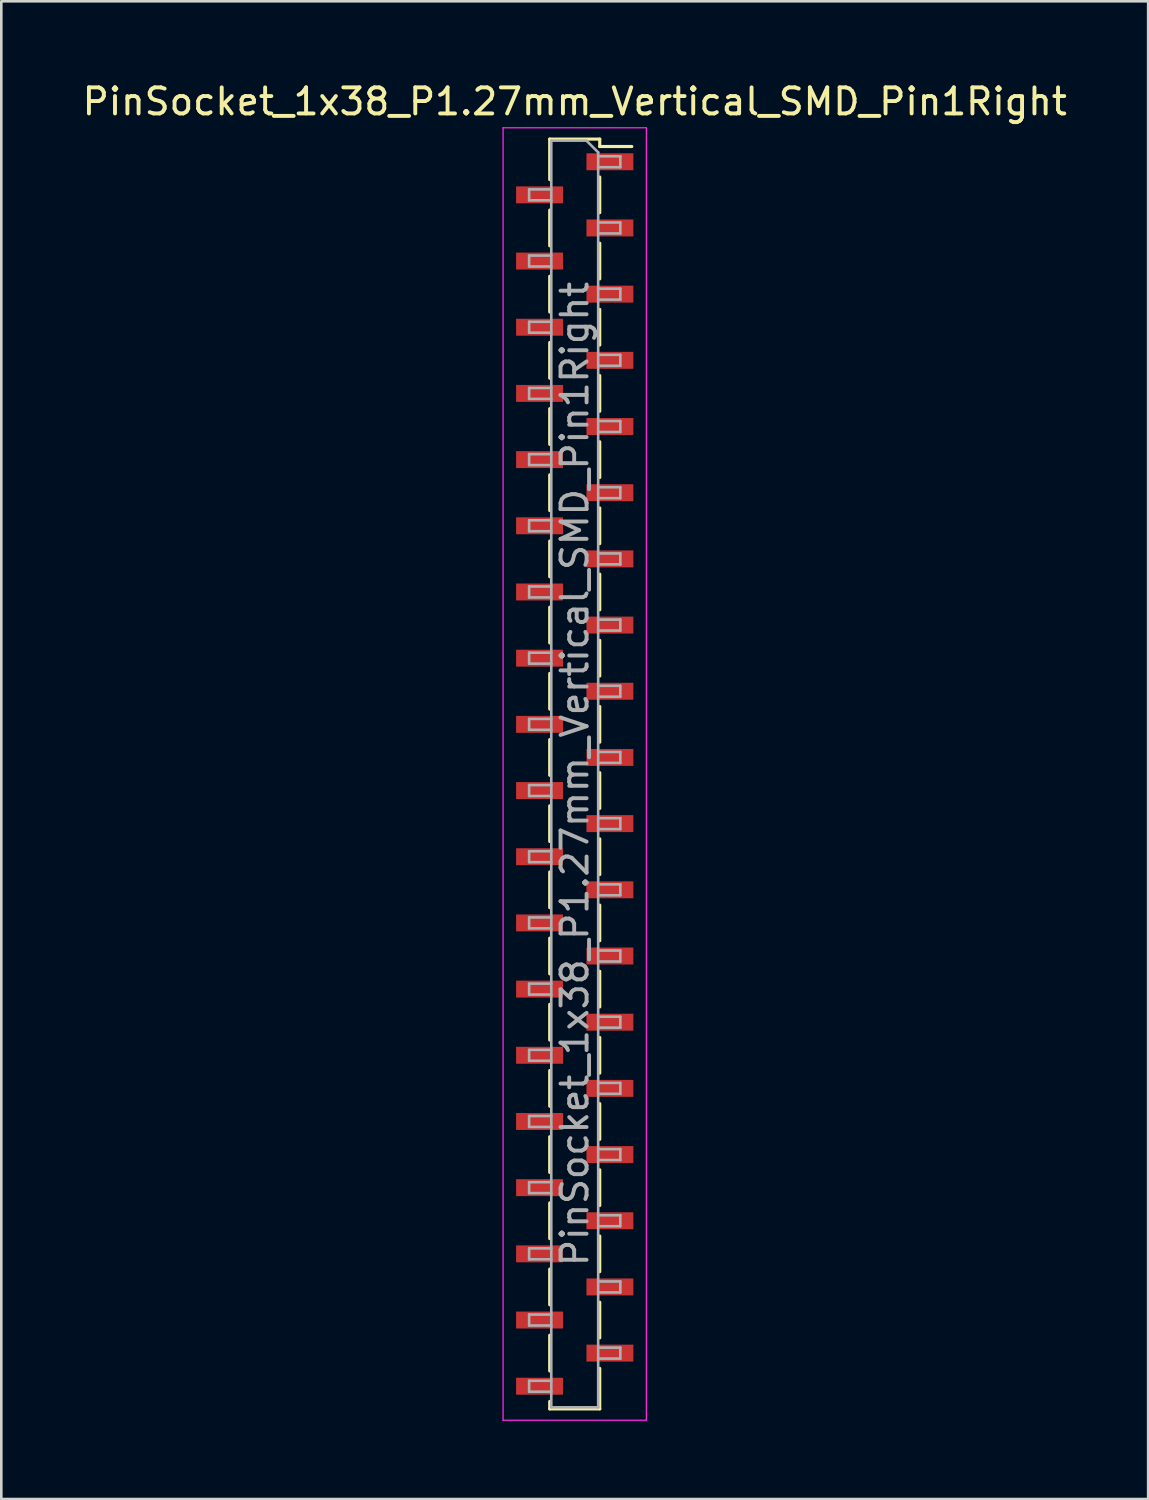
<source format=kicad_pcb>
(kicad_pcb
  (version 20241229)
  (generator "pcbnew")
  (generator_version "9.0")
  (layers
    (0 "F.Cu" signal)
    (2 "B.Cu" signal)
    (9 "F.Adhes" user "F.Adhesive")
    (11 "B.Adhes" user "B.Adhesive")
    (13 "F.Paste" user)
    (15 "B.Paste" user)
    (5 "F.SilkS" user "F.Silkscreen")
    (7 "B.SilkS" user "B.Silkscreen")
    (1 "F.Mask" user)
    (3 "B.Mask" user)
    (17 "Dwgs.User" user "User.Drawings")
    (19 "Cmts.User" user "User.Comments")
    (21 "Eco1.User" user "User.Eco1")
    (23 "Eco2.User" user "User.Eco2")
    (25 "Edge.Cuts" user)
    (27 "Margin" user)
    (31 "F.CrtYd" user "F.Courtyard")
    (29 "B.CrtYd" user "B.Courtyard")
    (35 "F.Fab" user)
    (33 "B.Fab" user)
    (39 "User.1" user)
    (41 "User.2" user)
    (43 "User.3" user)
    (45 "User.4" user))
  (footprint "PinSocket_1x38_P1.27mm_Vertical_SMD_Pin1Right"
    (layer "F.Cu")
    (at 19.006 26.653)
    (property "Reference" "PinSocket_1x38_P1.27mm_Vertical_SMD_Pin1Right" (at 0 -25.805 0) (layer "F.SilkS") (effects (font (size 1 1) (thickness 0.15))))
    (attr smd)
    (fp_line (start -0.96 -24.365) (end -0.96 -22.81) (stroke (width 0.12) (type solid)) (layer "F.SilkS"))
    (fp_line (start -0.96 -24.365) (end 0.96 -24.365) (stroke (width 0.12) (type solid)) (layer "F.SilkS"))
    (fp_line (start -0.96 -21.64) (end -0.96 -20.27) (stroke (width 0.12) (type solid)) (layer "F.SilkS"))
    (fp_line (start -0.96 -19.1) (end -0.96 -17.73) (stroke (width 0.12) (type solid)) (layer "F.SilkS"))
    (fp_line (start -0.96 -16.56) (end -0.96 -15.19) (stroke (width 0.12) (type solid)) (layer "F.SilkS"))
    (fp_line (start -0.96 -14.02) (end -0.96 -12.65) (stroke (width 0.12) (type solid)) (layer "F.SilkS"))
    (fp_line (start -0.96 -11.48) (end -0.96 -10.11) (stroke (width 0.12) (type solid)) (layer "F.SilkS"))
    (fp_line (start -0.96 -8.94) (end -0.96 -7.57) (stroke (width 0.12) (type solid)) (layer "F.SilkS"))
    (fp_line (start -0.96 -6.4) (end -0.96 -5.03) (stroke (width 0.12) (type solid)) (layer "F.SilkS"))
    (fp_line (start -0.96 -3.86) (end -0.96 -2.49) (stroke (width 0.12) (type solid)) (layer "F.SilkS"))
    (fp_line (start -0.96 -1.32) (end -0.96 0.05) (stroke (width 0.12) (type solid)) (layer "F.SilkS"))
    (fp_line (start -0.96 1.22) (end -0.96 2.59) (stroke (width 0.12) (type solid)) (layer "F.SilkS"))
    (fp_line (start -0.96 3.76) (end -0.96 5.13) (stroke (width 0.12) (type solid)) (layer "F.SilkS"))
    (fp_line (start -0.96 6.3) (end -0.96 7.67) (stroke (width 0.12) (type solid)) (layer "F.SilkS"))
    (fp_line (start -0.96 8.84) (end -0.96 10.21) (stroke (width 0.12) (type solid)) (layer "F.SilkS"))
    (fp_line (start -0.96 11.38) (end -0.96 12.75) (stroke (width 0.12) (type solid)) (layer "F.SilkS"))
    (fp_line (start -0.96 13.92) (end -0.96 15.29) (stroke (width 0.12) (type solid)) (layer "F.SilkS"))
    (fp_line (start -0.96 16.46) (end -0.96 17.83) (stroke (width 0.12) (type solid)) (layer "F.SilkS"))
    (fp_line (start -0.96 19) (end -0.96 20.37) (stroke (width 0.12) (type solid)) (layer "F.SilkS"))
    (fp_line (start -0.96 21.54) (end -0.96 22.91) (stroke (width 0.12) (type solid)) (layer "F.SilkS"))
    (fp_line (start -0.96 24.08) (end -0.96 24.365) (stroke (width 0.12) (type solid)) (layer "F.SilkS"))
    (fp_line (start -0.96 24.365) (end 0.96 24.365) (stroke (width 0.12) (type solid)) (layer "F.SilkS"))
    (fp_line (start 0.96 -24.365) (end 0.96 -24.08) (stroke (width 0.12) (type solid)) (layer "F.SilkS"))
    (fp_line (start 0.96 -24.08) (end 2.19 -24.08) (stroke (width 0.12) (type solid)) (layer "F.SilkS"))
    (fp_line (start 0.96 -22.91) (end 0.96 -21.54) (stroke (width 0.12) (type solid)) (layer "F.SilkS"))
    (fp_line (start 0.96 -20.37) (end 0.96 -19) (stroke (width 0.12) (type solid)) (layer "F.SilkS"))
    (fp_line (start 0.96 -17.83) (end 0.96 -16.46) (stroke (width 0.12) (type solid)) (layer "F.SilkS"))
    (fp_line (start 0.96 -15.29) (end 0.96 -13.92) (stroke (width 0.12) (type solid)) (layer "F.SilkS"))
    (fp_line (start 0.96 -12.75) (end 0.96 -11.38) (stroke (width 0.12) (type solid)) (layer "F.SilkS"))
    (fp_line (start 0.96 -10.21) (end 0.96 -8.84) (stroke (width 0.12) (type solid)) (layer "F.SilkS"))
    (fp_line (start 0.96 -7.67) (end 0.96 -6.3) (stroke (width 0.12) (type solid)) (layer "F.SilkS"))
    (fp_line (start 0.96 -5.13) (end 0.96 -3.76) (stroke (width 0.12) (type solid)) (layer "F.SilkS"))
    (fp_line (start 0.96 -2.59) (end 0.96 -1.22) (stroke (width 0.12) (type solid)) (layer "F.SilkS"))
    (fp_line (start 0.96 -0.05) (end 0.96 1.32) (stroke (width 0.12) (type solid)) (layer "F.SilkS"))
    (fp_line (start 0.96 2.49) (end 0.96 3.86) (stroke (width 0.12) (type solid)) (layer "F.SilkS"))
    (fp_line (start 0.96 5.03) (end 0.96 6.4) (stroke (width 0.12) (type solid)) (layer "F.SilkS"))
    (fp_line (start 0.96 7.57) (end 0.96 8.94) (stroke (width 0.12) (type solid)) (layer "F.SilkS"))
    (fp_line (start 0.96 10.11) (end 0.96 11.48) (stroke (width 0.12) (type solid)) (layer "F.SilkS"))
    (fp_line (start 0.96 12.65) (end 0.96 14.02) (stroke (width 0.12) (type solid)) (layer "F.SilkS"))
    (fp_line (start 0.96 15.19) (end 0.96 16.56) (stroke (width 0.12) (type solid)) (layer "F.SilkS"))
    (fp_line (start 0.96 17.73) (end 0.96 19.1) (stroke (width 0.12) (type solid)) (layer "F.SilkS"))
    (fp_line (start 0.96 20.27) (end 0.96 21.64) (stroke (width 0.12) (type solid)) (layer "F.SilkS"))
    (fp_line (start 0.96 22.81) (end 0.96 24.365) (stroke (width 0.12) (type solid)) (layer "F.SilkS"))
    (fp_line (start -2.75 -24.8) (end 2.75 -24.8) (stroke (width 0.05) (type solid)) (layer "F.CrtYd"))
    (fp_line (start -2.75 24.8) (end -2.75 -24.8) (stroke (width 0.05) (type solid)) (layer "F.CrtYd"))
    (fp_line (start 2.75 -24.8) (end 2.75 24.8) (stroke (width 0.05) (type solid)) (layer "F.CrtYd"))
    (fp_line (start 2.75 24.8) (end -2.75 24.8) (stroke (width 0.05) (type solid)) (layer "F.CrtYd"))
    (fp_line (start -1.75 -22.435) (end -0.9 -22.435) (stroke (width 0.1) (type solid)) (layer "F.Fab"))
    (fp_line (start -1.75 -22.015) (end -1.75 -22.435) (stroke (width 0.1) (type solid)) (layer "F.Fab"))
    (fp_line (start -1.75 -19.895) (end -0.9 -19.895) (stroke (width 0.1) (type solid)) (layer "F.Fab"))
    (fp_line (start -1.75 -19.475) (end -1.75 -19.895) (stroke (width 0.1) (type solid)) (layer "F.Fab"))
    (fp_line (start -1.75 -17.355) (end -0.9 -17.355) (stroke (width 0.1) (type solid)) (layer "F.Fab"))
    (fp_line (start -1.75 -16.935) (end -1.75 -17.355) (stroke (width 0.1) (type solid)) (layer "F.Fab"))
    (fp_line (start -1.75 -14.815) (end -0.9 -14.815) (stroke (width 0.1) (type solid)) (layer "F.Fab"))
    (fp_line (start -1.75 -14.395) (end -1.75 -14.815) (stroke (width 0.1) (type solid)) (layer "F.Fab"))
    (fp_line (start -1.75 -12.275) (end -0.9 -12.275) (stroke (width 0.1) (type solid)) (layer "F.Fab"))
    (fp_line (start -1.75 -11.855) (end -1.75 -12.275) (stroke (width 0.1) (type solid)) (layer "F.Fab"))
    (fp_line (start -1.75 -9.735) (end -0.9 -9.735) (stroke (width 0.1) (type solid)) (layer "F.Fab"))
    (fp_line (start -1.75 -9.315) (end -1.75 -9.735) (stroke (width 0.1) (type solid)) (layer "F.Fab"))
    (fp_line (start -1.75 -7.195) (end -0.9 -7.195) (stroke (width 0.1) (type solid)) (layer "F.Fab"))
    (fp_line (start -1.75 -6.775) (end -1.75 -7.195) (stroke (width 0.1) (type solid)) (layer "F.Fab"))
    (fp_line (start -1.75 -4.655) (end -0.9 -4.655) (stroke (width 0.1) (type solid)) (layer "F.Fab"))
    (fp_line (start -1.75 -4.235) (end -1.75 -4.655) (stroke (width 0.1) (type solid)) (layer "F.Fab"))
    (fp_line (start -1.75 -2.115) (end -0.9 -2.115) (stroke (width 0.1) (type solid)) (layer "F.Fab"))
    (fp_line (start -1.75 -1.695) (end -1.75 -2.115) (stroke (width 0.1) (type solid)) (layer "F.Fab"))
    (fp_line (start -1.75 0.425) (end -0.9 0.425) (stroke (width 0.1) (type solid)) (layer "F.Fab"))
    (fp_line (start -1.75 0.845) (end -1.75 0.425) (stroke (width 0.1) (type solid)) (layer "F.Fab"))
    (fp_line (start -1.75 2.965) (end -0.9 2.965) (stroke (width 0.1) (type solid)) (layer "F.Fab"))
    (fp_line (start -1.75 3.385) (end -1.75 2.965) (stroke (width 0.1) (type solid)) (layer "F.Fab"))
    (fp_line (start -1.75 5.505) (end -0.9 5.505) (stroke (width 0.1) (type solid)) (layer "F.Fab"))
    (fp_line (start -1.75 5.925) (end -1.75 5.505) (stroke (width 0.1) (type solid)) (layer "F.Fab"))
    (fp_line (start -1.75 8.045) (end -0.9 8.045) (stroke (width 0.1) (type solid)) (layer "F.Fab"))
    (fp_line (start -1.75 8.465) (end -1.75 8.045) (stroke (width 0.1) (type solid)) (layer "F.Fab"))
    (fp_line (start -1.75 10.585) (end -0.9 10.585) (stroke (width 0.1) (type solid)) (layer "F.Fab"))
    (fp_line (start -1.75 11.005) (end -1.75 10.585) (stroke (width 0.1) (type solid)) (layer "F.Fab"))
    (fp_line (start -1.75 13.125) (end -0.9 13.125) (stroke (width 0.1) (type solid)) (layer "F.Fab"))
    (fp_line (start -1.75 13.545) (end -1.75 13.125) (stroke (width 0.1) (type solid)) (layer "F.Fab"))
    (fp_line (start -1.75 15.665) (end -0.9 15.665) (stroke (width 0.1) (type solid)) (layer "F.Fab"))
    (fp_line (start -1.75 16.085) (end -1.75 15.665) (stroke (width 0.1) (type solid)) (layer "F.Fab"))
    (fp_line (start -1.75 18.205) (end -0.9 18.205) (stroke (width 0.1) (type solid)) (layer "F.Fab"))
    (fp_line (start -1.75 18.625) (end -1.75 18.205) (stroke (width 0.1) (type solid)) (layer "F.Fab"))
    (fp_line (start -1.75 20.745) (end -0.9 20.745) (stroke (width 0.1) (type solid)) (layer "F.Fab"))
    (fp_line (start -1.75 21.165) (end -1.75 20.745) (stroke (width 0.1) (type solid)) (layer "F.Fab"))
    (fp_line (start -1.75 23.285) (end -0.9 23.285) (stroke (width 0.1) (type solid)) (layer "F.Fab"))
    (fp_line (start -1.75 23.705) (end -1.75 23.285) (stroke (width 0.1) (type solid)) (layer "F.Fab"))
    (fp_line (start -0.9 -24.305) (end 0.45 -24.305) (stroke (width 0.1) (type solid)) (layer "F.Fab"))
    (fp_line (start -0.9 -22.015) (end -1.75 -22.015) (stroke (width 0.1) (type solid)) (layer "F.Fab"))
    (fp_line (start -0.9 -19.475) (end -1.75 -19.475) (stroke (width 0.1) (type solid)) (layer "F.Fab"))
    (fp_line (start -0.9 -16.935) (end -1.75 -16.935) (stroke (width 0.1) (type solid)) (layer "F.Fab"))
    (fp_line (start -0.9 -14.395) (end -1.75 -14.395) (stroke (width 0.1) (type solid)) (layer "F.Fab"))
    (fp_line (start -0.9 -11.855) (end -1.75 -11.855) (stroke (width 0.1) (type solid)) (layer "F.Fab"))
    (fp_line (start -0.9 -9.315) (end -1.75 -9.315) (stroke (width 0.1) (type solid)) (layer "F.Fab"))
    (fp_line (start -0.9 -6.775) (end -1.75 -6.775) (stroke (width 0.1) (type solid)) (layer "F.Fab"))
    (fp_line (start -0.9 -4.235) (end -1.75 -4.235) (stroke (width 0.1) (type solid)) (layer "F.Fab"))
    (fp_line (start -0.9 -1.695) (end -1.75 -1.695) (stroke (width 0.1) (type solid)) (layer "F.Fab"))
    (fp_line (start -0.9 0.845) (end -1.75 0.845) (stroke (width 0.1) (type solid)) (layer "F.Fab"))
    (fp_line (start -0.9 3.385) (end -1.75 3.385) (stroke (width 0.1) (type solid)) (layer "F.Fab"))
    (fp_line (start -0.9 5.925) (end -1.75 5.925) (stroke (width 0.1) (type solid)) (layer "F.Fab"))
    (fp_line (start -0.9 8.465) (end -1.75 8.465) (stroke (width 0.1) (type solid)) (layer "F.Fab"))
    (fp_line (start -0.9 11.005) (end -1.75 11.005) (stroke (width 0.1) (type solid)) (layer "F.Fab"))
    (fp_line (start -0.9 13.545) (end -1.75 13.545) (stroke (width 0.1) (type solid)) (layer "F.Fab"))
    (fp_line (start -0.9 16.085) (end -1.75 16.085) (stroke (width 0.1) (type solid)) (layer "F.Fab"))
    (fp_line (start -0.9 18.625) (end -1.75 18.625) (stroke (width 0.1) (type solid)) (layer "F.Fab"))
    (fp_line (start -0.9 21.165) (end -1.75 21.165) (stroke (width 0.1) (type solid)) (layer "F.Fab"))
    (fp_line (start -0.9 23.705) (end -1.75 23.705) (stroke (width 0.1) (type solid)) (layer "F.Fab"))
    (fp_line (start -0.9 24.305) (end -0.9 -24.305) (stroke (width 0.1) (type solid)) (layer "F.Fab"))
    (fp_line (start 0.45 -24.305) (end 0.9 -23.855) (stroke (width 0.1) (type solid)) (layer "F.Fab"))
    (fp_line (start 0.9 -23.855) (end 0.9 24.305) (stroke (width 0.1) (type solid)) (layer "F.Fab"))
    (fp_line (start 0.9 -23.705) (end 1.75 -23.705) (stroke (width 0.1) (type solid)) (layer "F.Fab"))
    (fp_line (start 0.9 -21.165) (end 1.75 -21.165) (stroke (width 0.1) (type solid)) (layer "F.Fab"))
    (fp_line (start 0.9 -18.625) (end 1.75 -18.625) (stroke (width 0.1) (type solid)) (layer "F.Fab"))
    (fp_line (start 0.9 -16.085) (end 1.75 -16.085) (stroke (width 0.1) (type solid)) (layer "F.Fab"))
    (fp_line (start 0.9 -13.545) (end 1.75 -13.545) (stroke (width 0.1) (type solid)) (layer "F.Fab"))
    (fp_line (start 0.9 -11.005) (end 1.75 -11.005) (stroke (width 0.1) (type solid)) (layer "F.Fab"))
    (fp_line (start 0.9 -8.465) (end 1.75 -8.465) (stroke (width 0.1) (type solid)) (layer "F.Fab"))
    (fp_line (start 0.9 -5.925) (end 1.75 -5.925) (stroke (width 0.1) (type solid)) (layer "F.Fab"))
    (fp_line (start 0.9 -3.385) (end 1.75 -3.385) (stroke (width 0.1) (type solid)) (layer "F.Fab"))
    (fp_line (start 0.9 -0.845) (end 1.75 -0.845) (stroke (width 0.1) (type solid)) (layer "F.Fab"))
    (fp_line (start 0.9 1.695) (end 1.75 1.695) (stroke (width 0.1) (type solid)) (layer "F.Fab"))
    (fp_line (start 0.9 4.235) (end 1.75 4.235) (stroke (width 0.1) (type solid)) (layer "F.Fab"))
    (fp_line (start 0.9 6.775) (end 1.75 6.775) (stroke (width 0.1) (type solid)) (layer "F.Fab"))
    (fp_line (start 0.9 9.315) (end 1.75 9.315) (stroke (width 0.1) (type solid)) (layer "F.Fab"))
    (fp_line (start 0.9 11.855) (end 1.75 11.855) (stroke (width 0.1) (type solid)) (layer "F.Fab"))
    (fp_line (start 0.9 14.395) (end 1.75 14.395) (stroke (width 0.1) (type solid)) (layer "F.Fab"))
    (fp_line (start 0.9 16.935) (end 1.75 16.935) (stroke (width 0.1) (type solid)) (layer "F.Fab"))
    (fp_line (start 0.9 19.475) (end 1.75 19.475) (stroke (width 0.1) (type solid)) (layer "F.Fab"))
    (fp_line (start 0.9 22.015) (end 1.75 22.015) (stroke (width 0.1) (type solid)) (layer "F.Fab"))
    (fp_line (start 0.9 24.305) (end -0.9 24.305) (stroke (width 0.1) (type solid)) (layer "F.Fab"))
    (fp_line (start 1.75 -23.705) (end 1.75 -23.285) (stroke (width 0.1) (type solid)) (layer "F.Fab"))
    (fp_line (start 1.75 -23.285) (end 0.9 -23.285) (stroke (width 0.1) (type solid)) (layer "F.Fab"))
    (fp_line (start 1.75 -21.165) (end 1.75 -20.745) (stroke (width 0.1) (type solid)) (layer "F.Fab"))
    (fp_line (start 1.75 -20.745) (end 0.9 -20.745) (stroke (width 0.1) (type solid)) (layer "F.Fab"))
    (fp_line (start 1.75 -18.625) (end 1.75 -18.205) (stroke (width 0.1) (type solid)) (layer "F.Fab"))
    (fp_line (start 1.75 -18.205) (end 0.9 -18.205) (stroke (width 0.1) (type solid)) (layer "F.Fab"))
    (fp_line (start 1.75 -16.085) (end 1.75 -15.665) (stroke (width 0.1) (type solid)) (layer "F.Fab"))
    (fp_line (start 1.75 -15.665) (end 0.9 -15.665) (stroke (width 0.1) (type solid)) (layer "F.Fab"))
    (fp_line (start 1.75 -13.545) (end 1.75 -13.125) (stroke (width 0.1) (type solid)) (layer "F.Fab"))
    (fp_line (start 1.75 -13.125) (end 0.9 -13.125) (stroke (width 0.1) (type solid)) (layer "F.Fab"))
    (fp_line (start 1.75 -11.005) (end 1.75 -10.585) (stroke (width 0.1) (type solid)) (layer "F.Fab"))
    (fp_line (start 1.75 -10.585) (end 0.9 -10.585) (stroke (width 0.1) (type solid)) (layer "F.Fab"))
    (fp_line (start 1.75 -8.465) (end 1.75 -8.045) (stroke (width 0.1) (type solid)) (layer "F.Fab"))
    (fp_line (start 1.75 -8.045) (end 0.9 -8.045) (stroke (width 0.1) (type solid)) (layer "F.Fab"))
    (fp_line (start 1.75 -5.925) (end 1.75 -5.505) (stroke (width 0.1) (type solid)) (layer "F.Fab"))
    (fp_line (start 1.75 -5.505) (end 0.9 -5.505) (stroke (width 0.1) (type solid)) (layer "F.Fab"))
    (fp_line (start 1.75 -3.385) (end 1.75 -2.965) (stroke (width 0.1) (type solid)) (layer "F.Fab"))
    (fp_line (start 1.75 -2.965) (end 0.9 -2.965) (stroke (width 0.1) (type solid)) (layer "F.Fab"))
    (fp_line (start 1.75 -0.845) (end 1.75 -0.425) (stroke (width 0.1) (type solid)) (layer "F.Fab"))
    (fp_line (start 1.75 -0.425) (end 0.9 -0.425) (stroke (width 0.1) (type solid)) (layer "F.Fab"))
    (fp_line (start 1.75 1.695) (end 1.75 2.115) (stroke (width 0.1) (type solid)) (layer "F.Fab"))
    (fp_line (start 1.75 2.115) (end 0.9 2.115) (stroke (width 0.1) (type solid)) (layer "F.Fab"))
    (fp_line (start 1.75 4.235) (end 1.75 4.655) (stroke (width 0.1) (type solid)) (layer "F.Fab"))
    (fp_line (start 1.75 4.655) (end 0.9 4.655) (stroke (width 0.1) (type solid)) (layer "F.Fab"))
    (fp_line (start 1.75 6.775) (end 1.75 7.195) (stroke (width 0.1) (type solid)) (layer "F.Fab"))
    (fp_line (start 1.75 7.195) (end 0.9 7.195) (stroke (width 0.1) (type solid)) (layer "F.Fab"))
    (fp_line (start 1.75 9.315) (end 1.75 9.735) (stroke (width 0.1) (type solid)) (layer "F.Fab"))
    (fp_line (start 1.75 9.735) (end 0.9 9.735) (stroke (width 0.1) (type solid)) (layer "F.Fab"))
    (fp_line (start 1.75 11.855) (end 1.75 12.275) (stroke (width 0.1) (type solid)) (layer "F.Fab"))
    (fp_line (start 1.75 12.275) (end 0.9 12.275) (stroke (width 0.1) (type solid)) (layer "F.Fab"))
    (fp_line (start 1.75 14.395) (end 1.75 14.815) (stroke (width 0.1) (type solid)) (layer "F.Fab"))
    (fp_line (start 1.75 14.815) (end 0.9 14.815) (stroke (width 0.1) (type solid)) (layer "F.Fab"))
    (fp_line (start 1.75 16.935) (end 1.75 17.355) (stroke (width 0.1) (type solid)) (layer "F.Fab"))
    (fp_line (start 1.75 17.355) (end 0.9 17.355) (stroke (width 0.1) (type solid)) (layer "F.Fab"))
    (fp_line (start 1.75 19.475) (end 1.75 19.895) (stroke (width 0.1) (type solid)) (layer "F.Fab"))
    (fp_line (start 1.75 19.895) (end 0.9 19.895) (stroke (width 0.1) (type solid)) (layer "F.Fab"))
    (fp_line (start 1.75 22.015) (end 1.75 22.435) (stroke (width 0.1) (type solid)) (layer "F.Fab"))
    (fp_line (start 1.75 22.435) (end 0.9 22.435) (stroke (width 0.1) (type solid)) (layer "F.Fab"))
    (fp_text user "${REFERENCE}" (at 0 0 90) (layer "F.Fab") (effects (font (size 1 1) (thickness 0.15))))
    (pad "1" smd rect (at 1.35 -23.495) (size 1.8 0.65) (layers "F.Cu" "F.Mask" "F.Paste"))
    (pad "2" smd rect (at -1.35 -22.225) (size 1.8 0.65) (layers "F.Cu" "F.Mask" "F.Paste"))
    (pad "3" smd rect (at 1.35 -20.955) (size 1.8 0.65) (layers "F.Cu" "F.Mask" "F.Paste"))
    (pad "4" smd rect (at -1.35 -19.685) (size 1.8 0.65) (layers "F.Cu" "F.Mask" "F.Paste"))
    (pad "5" smd rect (at 1.35 -18.415) (size 1.8 0.65) (layers "F.Cu" "F.Mask" "F.Paste"))
    (pad "6" smd rect (at -1.35 -17.145) (size 1.8 0.65) (layers "F.Cu" "F.Mask" "F.Paste"))
    (pad "7" smd rect (at 1.35 -15.875) (size 1.8 0.65) (layers "F.Cu" "F.Mask" "F.Paste"))
    (pad "8" smd rect (at -1.35 -14.605) (size 1.8 0.65) (layers "F.Cu" "F.Mask" "F.Paste"))
    (pad "9" smd rect (at 1.35 -13.335) (size 1.8 0.65) (layers "F.Cu" "F.Mask" "F.Paste"))
    (pad "10" smd rect (at -1.35 -12.065) (size 1.8 0.65) (layers "F.Cu" "F.Mask" "F.Paste"))
    (pad "11" smd rect (at 1.35 -10.795) (size 1.8 0.65) (layers "F.Cu" "F.Mask" "F.Paste"))
    (pad "12" smd rect (at -1.35 -9.525) (size 1.8 0.65) (layers "F.Cu" "F.Mask" "F.Paste"))
    (pad "13" smd rect (at 1.35 -8.255) (size 1.8 0.65) (layers "F.Cu" "F.Mask" "F.Paste"))
    (pad "14" smd rect (at -1.35 -6.985) (size 1.8 0.65) (layers "F.Cu" "F.Mask" "F.Paste"))
    (pad "15" smd rect (at 1.35 -5.715) (size 1.8 0.65) (layers "F.Cu" "F.Mask" "F.Paste"))
    (pad "16" smd rect (at -1.35 -4.445) (size 1.8 0.65) (layers "F.Cu" "F.Mask" "F.Paste"))
    (pad "17" smd rect (at 1.35 -3.175) (size 1.8 0.65) (layers "F.Cu" "F.Mask" "F.Paste"))
    (pad "18" smd rect (at -1.35 -1.905) (size 1.8 0.65) (layers "F.Cu" "F.Mask" "F.Paste"))
    (pad "19" smd rect (at 1.35 -0.635) (size 1.8 0.65) (layers "F.Cu" "F.Mask" "F.Paste"))
    (pad "20" smd rect (at -1.35 0.635) (size 1.8 0.65) (layers "F.Cu" "F.Mask" "F.Paste"))
    (pad "21" smd rect (at 1.35 1.905) (size 1.8 0.65) (layers "F.Cu" "F.Mask" "F.Paste"))
    (pad "22" smd rect (at -1.35 3.175) (size 1.8 0.65) (layers "F.Cu" "F.Mask" "F.Paste"))
    (pad "23" smd rect (at 1.35 4.445) (size 1.8 0.65) (layers "F.Cu" "F.Mask" "F.Paste"))
    (pad "24" smd rect (at -1.35 5.715) (size 1.8 0.65) (layers "F.Cu" "F.Mask" "F.Paste"))
    (pad "25" smd rect (at 1.35 6.985) (size 1.8 0.65) (layers "F.Cu" "F.Mask" "F.Paste"))
    (pad "26" smd rect (at -1.35 8.255) (size 1.8 0.65) (layers "F.Cu" "F.Mask" "F.Paste"))
    (pad "27" smd rect (at 1.35 9.525) (size 1.8 0.65) (layers "F.Cu" "F.Mask" "F.Paste"))
    (pad "28" smd rect (at -1.35 10.795) (size 1.8 0.65) (layers "F.Cu" "F.Mask" "F.Paste"))
    (pad "29" smd rect (at 1.35 12.065) (size 1.8 0.65) (layers "F.Cu" "F.Mask" "F.Paste"))
    (pad "30" smd rect (at -1.35 13.335) (size 1.8 0.65) (layers "F.Cu" "F.Mask" "F.Paste"))
    (pad "31" smd rect (at 1.35 14.605) (size 1.8 0.65) (layers "F.Cu" "F.Mask" "F.Paste"))
    (pad "32" smd rect (at -1.35 15.875) (size 1.8 0.65) (layers "F.Cu" "F.Mask" "F.Paste"))
    (pad "33" smd rect (at 1.35 17.145) (size 1.8 0.65) (layers "F.Cu" "F.Mask" "F.Paste"))
    (pad "34" smd rect (at -1.35 18.415) (size 1.8 0.65) (layers "F.Cu" "F.Mask" "F.Paste"))
    (pad "35" smd rect (at 1.35 19.685) (size 1.8 0.65) (layers "F.Cu" "F.Mask" "F.Paste"))
    (pad "36" smd rect (at -1.35 20.955) (size 1.8 0.65) (layers "F.Cu" "F.Mask" "F.Paste"))
    (pad "37" smd rect (at 1.35 22.225) (size 1.8 0.65) (layers "F.Cu" "F.Mask" "F.Paste"))
    (pad "38" smd rect (at -1.35 23.495) (size 1.8 0.65) (layers "F.Cu" "F.Mask" "F.Paste")))
  (gr_rect
    (start -3 -3)
    (end 41.012 54.478)
    (stroke (width 0.1) (type default))
    (fill no)
    (layer "Edge.Cuts")))
</source>
